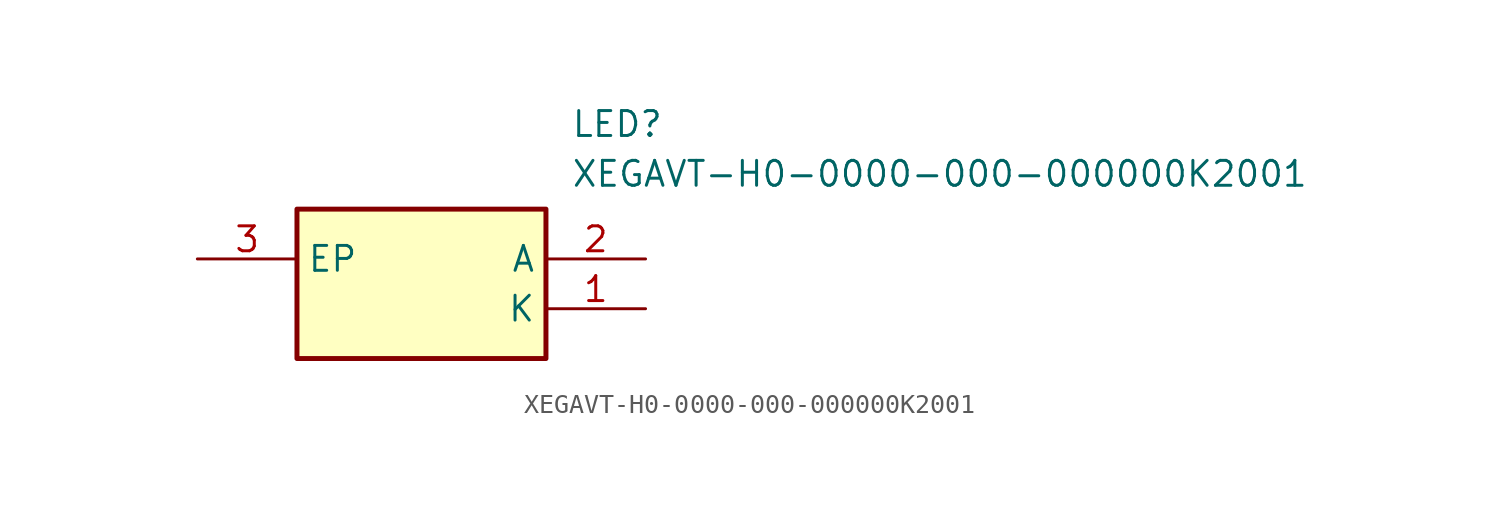
<source format=kicad_sym>
(kicad_symbol_lib
  (version 20211014)
  (generator SamacSys_ECAD_Model)
  (symbol "XEGAVT-H0-0000-000-000000K2001"
    (property "Reference" "LED"
      (at 19.05 7.62 0)
      (effects (font (size 1.27 1.27)) (justify left top)))
    (property "Value" "XEGAVT-H0-0000-000-000000K2001"
      (at 19.05 5.08 0)
      (effects (font (size 1.27 1.27)) (justify left top)))
    (rectangle
      (start 5.08 2.54)
      (end 17.78 -5.08)
      (stroke (width 0.254) (type default))
      (fill (type background)))
    (pin passive line
      (at 22.86 -2.54 180)
      (length 5.08)
      (name "K" (effects (font (size 1.27 1.27))))
      (number "1" (effects (font (size 1.27 1.27)))))
    (pin passive line
      (at 22.86 0 180)
      (length 5.08)
      (name "A" (effects (font (size 1.27 1.27))))
      (number "2" (effects (font (size 1.27 1.27)))))
    (pin passive line
      (at 0 0 0)
      (length 5.08)
      (name "EP" (effects (font (size 1.27 1.27))))
      (number "3" (effects (font (size 1.27 1.27)))))))
</source>
